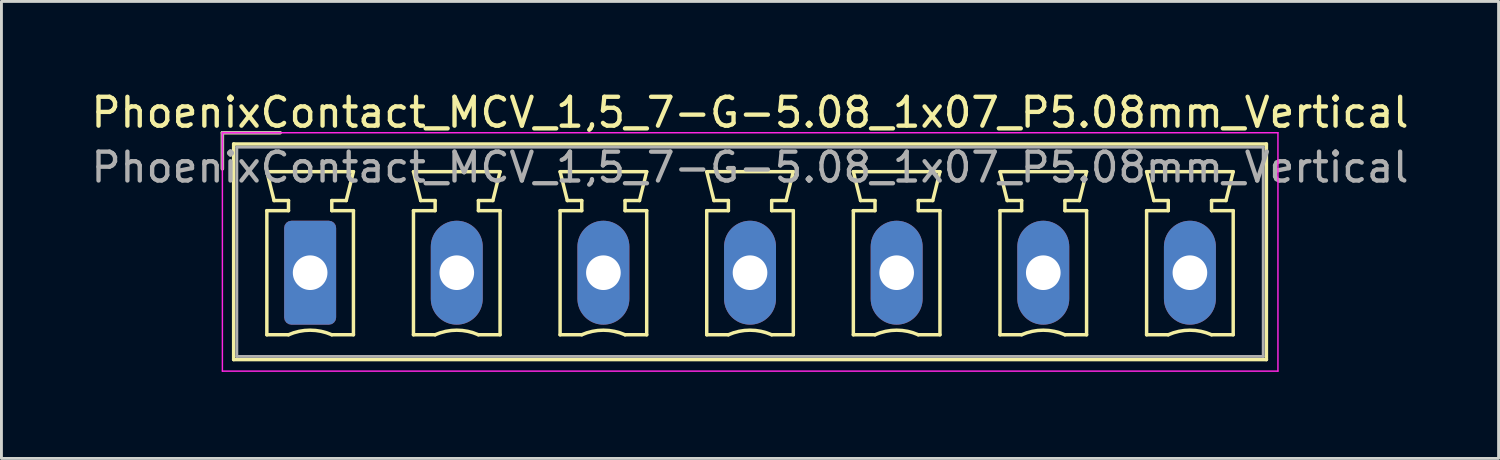
<source format=kicad_pcb>
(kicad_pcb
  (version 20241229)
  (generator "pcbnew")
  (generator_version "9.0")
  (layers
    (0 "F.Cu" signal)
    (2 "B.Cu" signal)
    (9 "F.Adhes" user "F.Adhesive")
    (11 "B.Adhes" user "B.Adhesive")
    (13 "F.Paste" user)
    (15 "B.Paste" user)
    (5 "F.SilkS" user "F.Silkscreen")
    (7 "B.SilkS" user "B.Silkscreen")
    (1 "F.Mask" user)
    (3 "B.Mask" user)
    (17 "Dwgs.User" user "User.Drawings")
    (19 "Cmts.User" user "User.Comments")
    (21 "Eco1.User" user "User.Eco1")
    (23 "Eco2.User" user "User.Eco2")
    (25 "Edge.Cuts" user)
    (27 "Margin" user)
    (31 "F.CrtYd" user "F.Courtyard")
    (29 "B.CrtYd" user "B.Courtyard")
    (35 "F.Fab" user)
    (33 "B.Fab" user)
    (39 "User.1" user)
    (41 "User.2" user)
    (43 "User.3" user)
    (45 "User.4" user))
  (footprint "PhoenixContact_MCV_1,5_7-G-5.08_1x07_P5.08mm_Vertical"
    (layer "F.Cu")
    (at 7.695 6.398)
    (property "Reference" "PhoenixContact_MCV_1,5_7-G-5.08_1x07_P5.08mm_Vertical" (at 15.24 -5.55 0) (layer "F.SilkS") (effects (font (size 1 1) (thickness 0.15))))
    (attr through_hole)
    (fp_line (start -3.04 -4.85) (end -1.04 -4.85) (stroke (width 0.12) (type solid)) (layer "F.SilkS"))
    (fp_line (start -3.04 -3.6) (end -3.04 -4.85) (stroke (width 0.12) (type solid)) (layer "F.SilkS"))
    (fp_line (start -2.65 -4.46) (end -2.65 3.01) (stroke (width 0.12) (type solid)) (layer "F.SilkS"))
    (fp_line (start -2.65 3.01) (end 33.13 3.01) (stroke (width 0.12) (type solid)) (layer "F.SilkS"))
    (fp_line (start -1.5 -3.5) (end 1.5 -3.5) (stroke (width 0.12) (type solid)) (layer "F.SilkS"))
    (fp_line (start -1.5 -2.15) (end -0.75 -2.15) (stroke (width 0.12) (type solid)) (layer "F.SilkS"))
    (fp_line (start -1.5 2.15) (end -1.5 -2.15) (stroke (width 0.12) (type solid)) (layer "F.SilkS"))
    (fp_line (start -1.25 -2.5) (end -1.5 -3.5) (stroke (width 0.12) (type solid)) (layer "F.SilkS"))
    (fp_line (start -0.75 -2.5) (end -1.25 -2.5) (stroke (width 0.12) (type solid)) (layer "F.SilkS"))
    (fp_line (start -0.75 -2.15) (end -0.75 -2.5) (stroke (width 0.12) (type solid)) (layer "F.SilkS"))
    (fp_line (start -0.75 2.15) (end -1.5 2.15) (stroke (width 0.12) (type solid)) (layer "F.SilkS"))
    (fp_line (start 0.75 -2.5) (end 0.75 -2.15) (stroke (width 0.12) (type solid)) (layer "F.SilkS"))
    (fp_line (start 0.75 -2.15) (end 1.5 -2.15) (stroke (width 0.12) (type solid)) (layer "F.SilkS"))
    (fp_line (start 1.25 -2.5) (end 0.75 -2.5) (stroke (width 0.12) (type solid)) (layer "F.SilkS"))
    (fp_line (start 1.5 -3.5) (end 1.25 -2.5) (stroke (width 0.12) (type solid)) (layer "F.SilkS"))
    (fp_line (start 1.5 -2.15) (end 1.5 2.15) (stroke (width 0.12) (type solid)) (layer "F.SilkS"))
    (fp_line (start 1.5 2.15) (end 0.75 2.15) (stroke (width 0.12) (type solid)) (layer "F.SilkS"))
    (fp_line (start 3.58 -3.5) (end 6.58 -3.5) (stroke (width 0.12) (type solid)) (layer "F.SilkS"))
    (fp_line (start 3.58 -2.15) (end 4.33 -2.15) (stroke (width 0.12) (type solid)) (layer "F.SilkS"))
    (fp_line (start 3.58 2.15) (end 3.58 -2.15) (stroke (width 0.12) (type solid)) (layer "F.SilkS"))
    (fp_line (start 3.83 -2.5) (end 3.58 -3.5) (stroke (width 0.12) (type solid)) (layer "F.SilkS"))
    (fp_line (start 4.33 -2.5) (end 3.83 -2.5) (stroke (width 0.12) (type solid)) (layer "F.SilkS"))
    (fp_line (start 4.33 -2.15) (end 4.33 -2.5) (stroke (width 0.12) (type solid)) (layer "F.SilkS"))
    (fp_line (start 4.33 2.15) (end 3.58 2.15) (stroke (width 0.12) (type solid)) (layer "F.SilkS"))
    (fp_line (start 5.83 -2.5) (end 5.83 -2.15) (stroke (width 0.12) (type solid)) (layer "F.SilkS"))
    (fp_line (start 5.83 -2.15) (end 6.58 -2.15) (stroke (width 0.12) (type solid)) (layer "F.SilkS"))
    (fp_line (start 6.33 -2.5) (end 5.83 -2.5) (stroke (width 0.12) (type solid)) (layer "F.SilkS"))
    (fp_line (start 6.58 -3.5) (end 6.33 -2.5) (stroke (width 0.12) (type solid)) (layer "F.SilkS"))
    (fp_line (start 6.58 -2.15) (end 6.58 2.15) (stroke (width 0.12) (type solid)) (layer "F.SilkS"))
    (fp_line (start 6.58 2.15) (end 5.83 2.15) (stroke (width 0.12) (type solid)) (layer "F.SilkS"))
    (fp_line (start 8.66 -3.5) (end 11.66 -3.5) (stroke (width 0.12) (type solid)) (layer "F.SilkS"))
    (fp_line (start 8.66 -2.15) (end 9.41 -2.15) (stroke (width 0.12) (type solid)) (layer "F.SilkS"))
    (fp_line (start 8.66 2.15) (end 8.66 -2.15) (stroke (width 0.12) (type solid)) (layer "F.SilkS"))
    (fp_line (start 8.91 -2.5) (end 8.66 -3.5) (stroke (width 0.12) (type solid)) (layer "F.SilkS"))
    (fp_line (start 9.41 -2.5) (end 8.91 -2.5) (stroke (width 0.12) (type solid)) (layer "F.SilkS"))
    (fp_line (start 9.41 -2.15) (end 9.41 -2.5) (stroke (width 0.12) (type solid)) (layer "F.SilkS"))
    (fp_line (start 9.41 2.15) (end 8.66 2.15) (stroke (width 0.12) (type solid)) (layer "F.SilkS"))
    (fp_line (start 10.91 -2.5) (end 10.91 -2.15) (stroke (width 0.12) (type solid)) (layer "F.SilkS"))
    (fp_line (start 10.91 -2.15) (end 11.66 -2.15) (stroke (width 0.12) (type solid)) (layer "F.SilkS"))
    (fp_line (start 11.41 -2.5) (end 10.91 -2.5) (stroke (width 0.12) (type solid)) (layer "F.SilkS"))
    (fp_line (start 11.66 -3.5) (end 11.41 -2.5) (stroke (width 0.12) (type solid)) (layer "F.SilkS"))
    (fp_line (start 11.66 -2.15) (end 11.66 2.15) (stroke (width 0.12) (type solid)) (layer "F.SilkS"))
    (fp_line (start 11.66 2.15) (end 10.91 2.15) (stroke (width 0.12) (type solid)) (layer "F.SilkS"))
    (fp_line (start 13.74 -3.5) (end 16.74 -3.5) (stroke (width 0.12) (type solid)) (layer "F.SilkS"))
    (fp_line (start 13.74 -2.15) (end 14.49 -2.15) (stroke (width 0.12) (type solid)) (layer "F.SilkS"))
    (fp_line (start 13.74 2.15) (end 13.74 -2.15) (stroke (width 0.12) (type solid)) (layer "F.SilkS"))
    (fp_line (start 13.99 -2.5) (end 13.74 -3.5) (stroke (width 0.12) (type solid)) (layer "F.SilkS"))
    (fp_line (start 14.49 -2.5) (end 13.99 -2.5) (stroke (width 0.12) (type solid)) (layer "F.SilkS"))
    (fp_line (start 14.49 -2.15) (end 14.49 -2.5) (stroke (width 0.12) (type solid)) (layer "F.SilkS"))
    (fp_line (start 14.49 2.15) (end 13.74 2.15) (stroke (width 0.12) (type solid)) (layer "F.SilkS"))
    (fp_line (start 15.99 -2.5) (end 15.99 -2.15) (stroke (width 0.12) (type solid)) (layer "F.SilkS"))
    (fp_line (start 15.99 -2.15) (end 16.74 -2.15) (stroke (width 0.12) (type solid)) (layer "F.SilkS"))
    (fp_line (start 16.49 -2.5) (end 15.99 -2.5) (stroke (width 0.12) (type solid)) (layer "F.SilkS"))
    (fp_line (start 16.74 -3.5) (end 16.49 -2.5) (stroke (width 0.12) (type solid)) (layer "F.SilkS"))
    (fp_line (start 16.74 -2.15) (end 16.74 2.15) (stroke (width 0.12) (type solid)) (layer "F.SilkS"))
    (fp_line (start 16.74 2.15) (end 15.99 2.15) (stroke (width 0.12) (type solid)) (layer "F.SilkS"))
    (fp_line (start 18.82 -3.5) (end 21.82 -3.5) (stroke (width 0.12) (type solid)) (layer "F.SilkS"))
    (fp_line (start 18.82 -2.15) (end 19.57 -2.15) (stroke (width 0.12) (type solid)) (layer "F.SilkS"))
    (fp_line (start 18.82 2.15) (end 18.82 -2.15) (stroke (width 0.12) (type solid)) (layer "F.SilkS"))
    (fp_line (start 19.07 -2.5) (end 18.82 -3.5) (stroke (width 0.12) (type solid)) (layer "F.SilkS"))
    (fp_line (start 19.57 -2.5) (end 19.07 -2.5) (stroke (width 0.12) (type solid)) (layer "F.SilkS"))
    (fp_line (start 19.57 -2.15) (end 19.57 -2.5) (stroke (width 0.12) (type solid)) (layer "F.SilkS"))
    (fp_line (start 19.57 2.15) (end 18.82 2.15) (stroke (width 0.12) (type solid)) (layer "F.SilkS"))
    (fp_line (start 21.07 -2.5) (end 21.07 -2.15) (stroke (width 0.12) (type solid)) (layer "F.SilkS"))
    (fp_line (start 21.07 -2.15) (end 21.82 -2.15) (stroke (width 0.12) (type solid)) (layer "F.SilkS"))
    (fp_line (start 21.57 -2.5) (end 21.07 -2.5) (stroke (width 0.12) (type solid)) (layer "F.SilkS"))
    (fp_line (start 21.82 -3.5) (end 21.57 -2.5) (stroke (width 0.12) (type solid)) (layer "F.SilkS"))
    (fp_line (start 21.82 -2.15) (end 21.82 2.15) (stroke (width 0.12) (type solid)) (layer "F.SilkS"))
    (fp_line (start 21.82 2.15) (end 21.07 2.15) (stroke (width 0.12) (type solid)) (layer "F.SilkS"))
    (fp_line (start 23.9 -3.5) (end 26.9 -3.5) (stroke (width 0.12) (type solid)) (layer "F.SilkS"))
    (fp_line (start 23.9 -2.15) (end 24.65 -2.15) (stroke (width 0.12) (type solid)) (layer "F.SilkS"))
    (fp_line (start 23.9 2.15) (end 23.9 -2.15) (stroke (width 0.12) (type solid)) (layer "F.SilkS"))
    (fp_line (start 24.15 -2.5) (end 23.9 -3.5) (stroke (width 0.12) (type solid)) (layer "F.SilkS"))
    (fp_line (start 24.65 -2.5) (end 24.15 -2.5) (stroke (width 0.12) (type solid)) (layer "F.SilkS"))
    (fp_line (start 24.65 -2.15) (end 24.65 -2.5) (stroke (width 0.12) (type solid)) (layer "F.SilkS"))
    (fp_line (start 24.65 2.15) (end 23.9 2.15) (stroke (width 0.12) (type solid)) (layer "F.SilkS"))
    (fp_line (start 26.15 -2.5) (end 26.15 -2.15) (stroke (width 0.12) (type solid)) (layer "F.SilkS"))
    (fp_line (start 26.15 -2.15) (end 26.9 -2.15) (stroke (width 0.12) (type solid)) (layer "F.SilkS"))
    (fp_line (start 26.65 -2.5) (end 26.15 -2.5) (stroke (width 0.12) (type solid)) (layer "F.SilkS"))
    (fp_line (start 26.9 -3.5) (end 26.65 -2.5) (stroke (width 0.12) (type solid)) (layer "F.SilkS"))
    (fp_line (start 26.9 -2.15) (end 26.9 2.15) (stroke (width 0.12) (type solid)) (layer "F.SilkS"))
    (fp_line (start 26.9 2.15) (end 26.15 2.15) (stroke (width 0.12) (type solid)) (layer "F.SilkS"))
    (fp_line (start 28.98 -3.5) (end 31.98 -3.5) (stroke (width 0.12) (type solid)) (layer "F.SilkS"))
    (fp_line (start 28.98 -2.15) (end 29.73 -2.15) (stroke (width 0.12) (type solid)) (layer "F.SilkS"))
    (fp_line (start 28.98 2.15) (end 28.98 -2.15) (stroke (width 0.12) (type solid)) (layer "F.SilkS"))
    (fp_line (start 29.23 -2.5) (end 28.98 -3.5) (stroke (width 0.12) (type solid)) (layer "F.SilkS"))
    (fp_line (start 29.73 -2.5) (end 29.23 -2.5) (stroke (width 0.12) (type solid)) (layer "F.SilkS"))
    (fp_line (start 29.73 -2.15) (end 29.73 -2.5) (stroke (width 0.12) (type solid)) (layer "F.SilkS"))
    (fp_line (start 29.73 2.15) (end 28.98 2.15) (stroke (width 0.12) (type solid)) (layer "F.SilkS"))
    (fp_line (start 31.23 -2.5) (end 31.23 -2.15) (stroke (width 0.12) (type solid)) (layer "F.SilkS"))
    (fp_line (start 31.23 -2.15) (end 31.98 -2.15) (stroke (width 0.12) (type solid)) (layer "F.SilkS"))
    (fp_line (start 31.73 -2.5) (end 31.23 -2.5) (stroke (width 0.12) (type solid)) (layer "F.SilkS"))
    (fp_line (start 31.98 -3.5) (end 31.73 -2.5) (stroke (width 0.12) (type solid)) (layer "F.SilkS"))
    (fp_line (start 31.98 -2.15) (end 31.98 2.15) (stroke (width 0.12) (type solid)) (layer "F.SilkS"))
    (fp_line (start 31.98 2.15) (end 31.23 2.15) (stroke (width 0.12) (type solid)) (layer "F.SilkS"))
    (fp_line (start 33.13 -4.46) (end -2.65 -4.46) (stroke (width 0.12) (type solid)) (layer "F.SilkS"))
    (fp_line (start 33.13 3.01) (end 33.13 -4.46) (stroke (width 0.12) (type solid)) (layer "F.SilkS"))
    (fp_arc (start -0.75 2.15) (mid -0.000193 1.99191) (end 0.749647 2.149844) (stroke (width 0.12) (type solid)) (layer "F.SilkS"))
    (fp_arc (start 4.33 2.15) (mid 5.079807 1.99191) (end 5.829647 2.149844) (stroke (width 0.12) (type solid)) (layer "F.SilkS"))
    (fp_arc (start 9.41 2.15) (mid 10.159807 1.99191) (end 10.909647 2.149844) (stroke (width 0.12) (type solid)) (layer "F.SilkS"))
    (fp_arc (start 14.49 2.15) (mid 15.239807 1.99191) (end 15.989647 2.149844) (stroke (width 0.12) (type solid)) (layer "F.SilkS"))
    (fp_arc (start 19.57 2.15) (mid 20.319807 1.99191) (end 21.069647 2.149844) (stroke (width 0.12) (type solid)) (layer "F.SilkS"))
    (fp_arc (start 24.65 2.15) (mid 25.399807 1.99191) (end 26.149647 2.149844) (stroke (width 0.12) (type solid)) (layer "F.SilkS"))
    (fp_arc (start 29.73 2.15) (mid 30.479807 1.99191) (end 31.229647 2.149844) (stroke (width 0.12) (type solid)) (layer "F.SilkS"))
    (fp_line (start -3.04 -4.85) (end -3.04 3.41) (stroke (width 0.05) (type solid)) (layer "F.CrtYd"))
    (fp_line (start -3.04 3.41) (end 33.53 3.41) (stroke (width 0.05) (type solid)) (layer "F.CrtYd"))
    (fp_line (start 33.53 -4.85) (end -3.04 -4.85) (stroke (width 0.05) (type solid)) (layer "F.CrtYd"))
    (fp_line (start 33.53 3.41) (end 33.53 -4.85) (stroke (width 0.05) (type solid)) (layer "F.CrtYd"))
    (fp_line (start -3.04 -4.85) (end -1.04 -4.85) (stroke (width 0.1) (type solid)) (layer "F.Fab"))
    (fp_line (start -3.04 -3.6) (end -3.04 -4.85) (stroke (width 0.1) (type solid)) (layer "F.Fab"))
    (fp_line (start -2.54 -4.35) (end -2.54 2.9) (stroke (width 0.1) (type solid)) (layer "F.Fab"))
    (fp_line (start -2.54 2.9) (end 33.02 2.9) (stroke (width 0.1) (type solid)) (layer "F.Fab"))
    (fp_line (start 33.02 -4.35) (end -2.54 -4.35) (stroke (width 0.1) (type solid)) (layer "F.Fab"))
    (fp_line (start 33.02 2.9) (end 33.02 -4.35) (stroke (width 0.1) (type solid)) (layer "F.Fab"))
    (fp_text user "${REFERENCE}" (at 15.24 -3.65 0) (layer "F.Fab") (effects (font (size 1 1) (thickness 0.15))))
    (pad "1" thru_hole roundrect (at 0 0) (size 1.8 3.6) (drill 1.2) (layers "*.Cu" "*.Mask") (roundrect_rratio 0.139))
    (pad "2" thru_hole oval (at 5.08 0) (size 1.8 3.6) (drill 1.2) (layers "*.Cu" "*.Mask"))
    (pad "3" thru_hole oval (at 10.16 0) (size 1.8 3.6) (drill 1.2) (layers "*.Cu" "*.Mask"))
    (pad "4" thru_hole oval (at 15.24 0) (size 1.8 3.6) (drill 1.2) (layers "*.Cu" "*.Mask"))
    (pad "5" thru_hole oval (at 20.32 0) (size 1.8 3.6) (drill 1.2) (layers "*.Cu" "*.Mask"))
    (pad "6" thru_hole oval (at 25.4 0) (size 1.8 3.6) (drill 1.2) (layers "*.Cu" "*.Mask"))
    (pad "7" thru_hole oval (at 30.48 0) (size 1.8 3.6) (drill 1.2) (layers "*.Cu" "*.Mask")))
  (gr_rect
    (start -3 -3)
    (end 48.869 12.833)
    (stroke (width 0.1) (type default))
    (fill no)
    (layer "Edge.Cuts")))
</source>
